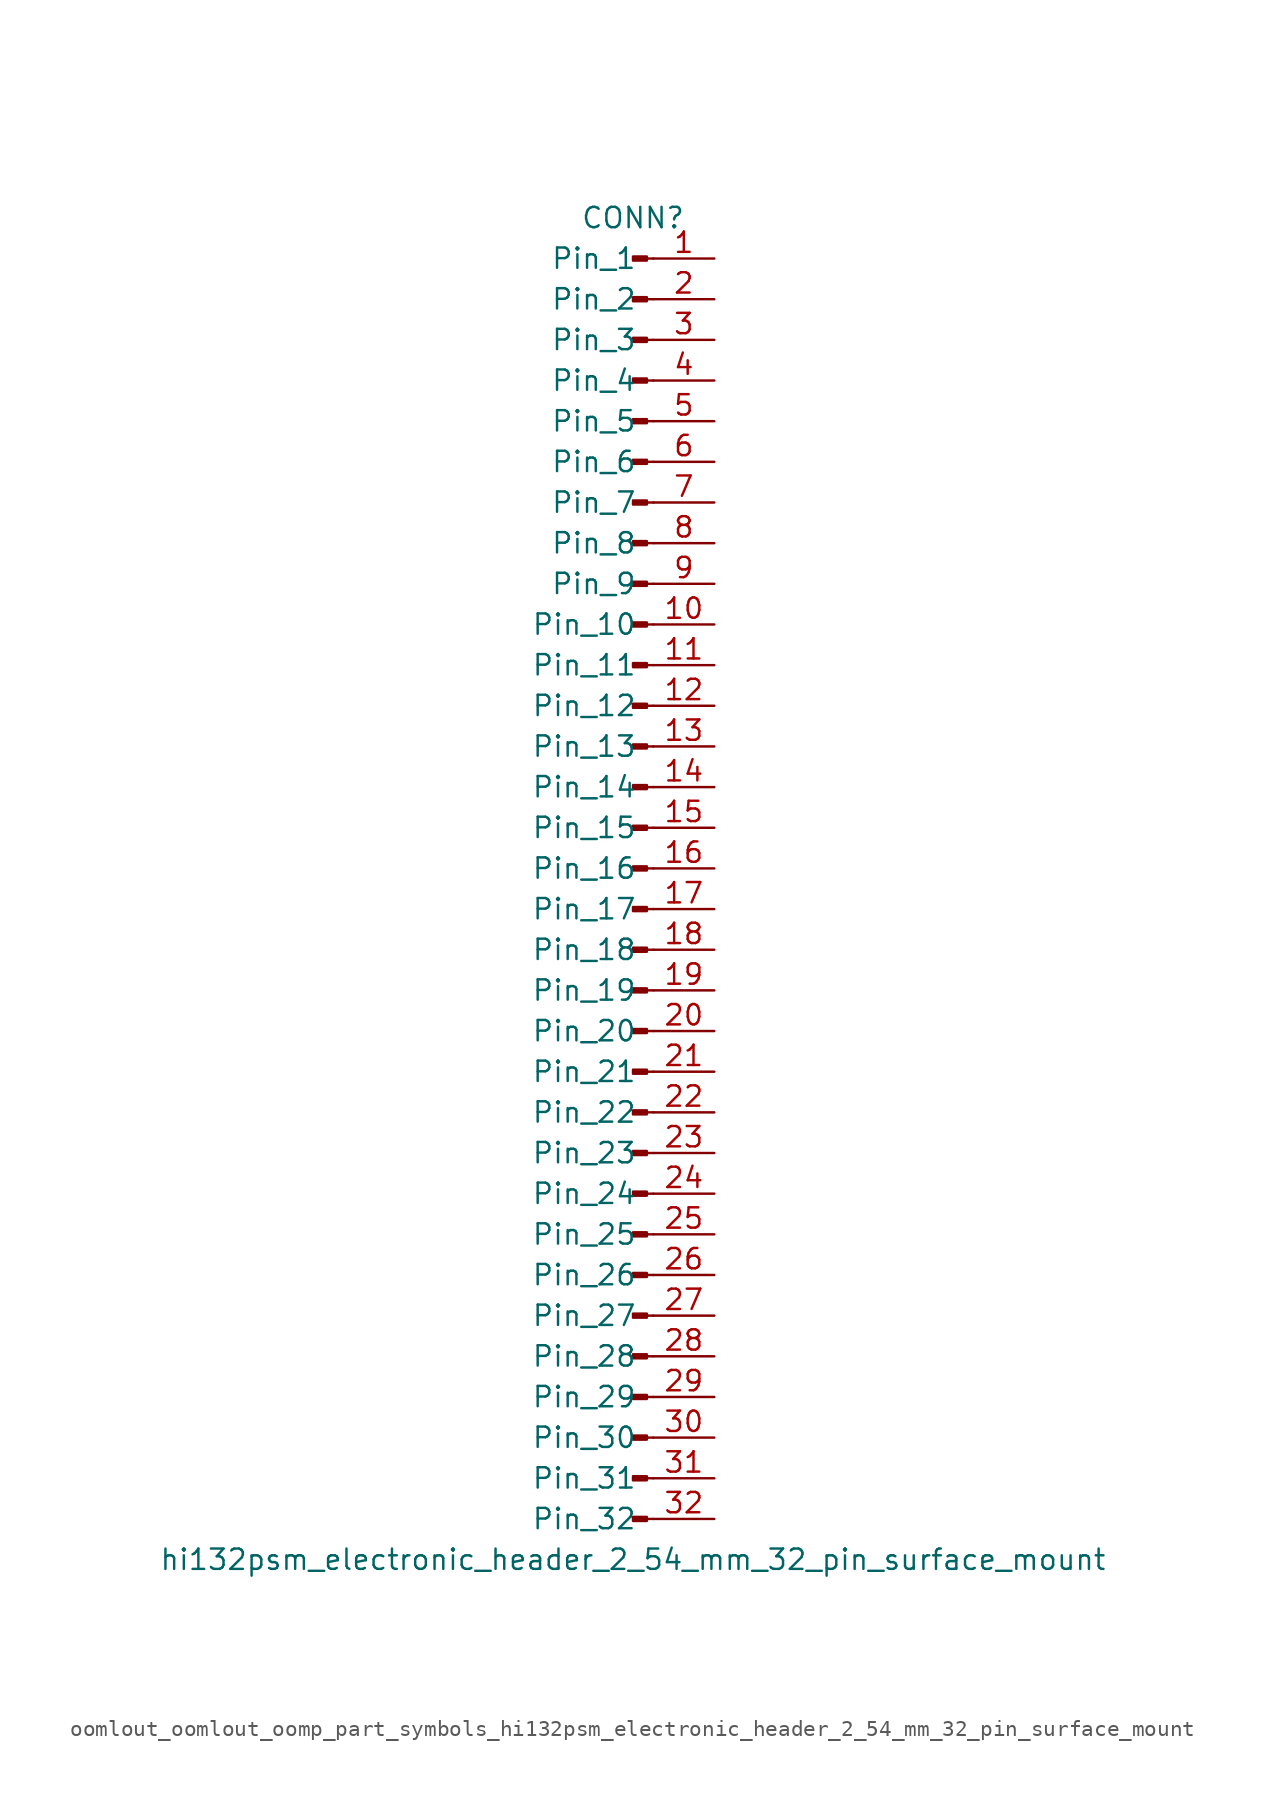
<source format=kicad_sym>
(kicad_symbol_lib
  (version 20220914)
  (generator kicad_symbol_editor)
  (symbol "oomlout_oomlout_oomp_part_symbols_hi132psm_electronic_header_2_54_mm_32_pin_surface_mount"
    (pin_names
      (offset 1.016))
    (property "Reference" "CONN"
      (at 0 40.64 0)
      (effects (font (size 1.27 1.27))))
    (property "Value" "hi132psm_electronic_header_2_54_mm_32_pin_surface_mount"
      (at 0 -43.18 0)
      (effects (font (size 1.27 1.27))))
    (property "ki_locked" ""
      (at 0 0 0)
      (effects (font (size 1.27 1.27))))
    (symbol "oomlout_oomlout_oomp_part_symbols_hi132psm_electronic_header_2_54_mm_32_pin_surface_mount_1_1"
      (polyline (pts (xy 1.27 -40.64) (xy 0.864 -40.64)) (stroke (width 0.152) (type default)) (fill (type none)))
      (polyline (pts (xy 1.27 -38.1) (xy 0.864 -38.1)) (stroke (width 0.152) (type default)) (fill (type none)))
      (polyline (pts (xy 1.27 -35.56) (xy 0.864 -35.56)) (stroke (width 0.152) (type default)) (fill (type none)))
      (polyline (pts (xy 1.27 -33.02) (xy 0.864 -33.02)) (stroke (width 0.152) (type default)) (fill (type none)))
      (polyline (pts (xy 1.27 -30.48) (xy 0.864 -30.48)) (stroke (width 0.152) (type default)) (fill (type none)))
      (polyline (pts (xy 1.27 -27.94) (xy 0.864 -27.94)) (stroke (width 0.152) (type default)) (fill (type none)))
      (polyline (pts (xy 1.27 -25.4) (xy 0.864 -25.4)) (stroke (width 0.152) (type default)) (fill (type none)))
      (polyline (pts (xy 1.27 -22.86) (xy 0.864 -22.86)) (stroke (width 0.152) (type default)) (fill (type none)))
      (polyline (pts (xy 1.27 -20.32) (xy 0.864 -20.32)) (stroke (width 0.152) (type default)) (fill (type none)))
      (polyline (pts (xy 1.27 -17.78) (xy 0.864 -17.78)) (stroke (width 0.152) (type default)) (fill (type none)))
      (polyline (pts (xy 1.27 -15.24) (xy 0.864 -15.24)) (stroke (width 0.152) (type default)) (fill (type none)))
      (polyline (pts (xy 1.27 -12.7) (xy 0.864 -12.7)) (stroke (width 0.152) (type default)) (fill (type none)))
      (polyline (pts (xy 1.27 -10.16) (xy 0.864 -10.16)) (stroke (width 0.152) (type default)) (fill (type none)))
      (polyline (pts (xy 1.27 -7.62) (xy 0.864 -7.62)) (stroke (width 0.152) (type default)) (fill (type none)))
      (polyline (pts (xy 1.27 -5.08) (xy 0.864 -5.08)) (stroke (width 0.152) (type default)) (fill (type none)))
      (polyline (pts (xy 1.27 -2.54) (xy 0.864 -2.54)) (stroke (width 0.152) (type default)) (fill (type none)))
      (polyline (pts (xy 1.27 0) (xy 0.864 0)) (stroke (width 0.152) (type default)) (fill (type none)))
      (polyline (pts (xy 1.27 2.54) (xy 0.864 2.54)) (stroke (width 0.152) (type default)) (fill (type none)))
      (polyline (pts (xy 1.27 5.08) (xy 0.864 5.08)) (stroke (width 0.152) (type default)) (fill (type none)))
      (polyline (pts (xy 1.27 7.62) (xy 0.864 7.62)) (stroke (width 0.152) (type default)) (fill (type none)))
      (polyline (pts (xy 1.27 10.16) (xy 0.864 10.16)) (stroke (width 0.152) (type default)) (fill (type none)))
      (polyline (pts (xy 1.27 12.7) (xy 0.864 12.7)) (stroke (width 0.152) (type default)) (fill (type none)))
      (polyline (pts (xy 1.27 15.24) (xy 0.864 15.24)) (stroke (width 0.152) (type default)) (fill (type none)))
      (polyline (pts (xy 1.27 17.78) (xy 0.864 17.78)) (stroke (width 0.152) (type default)) (fill (type none)))
      (polyline (pts (xy 1.27 20.32) (xy 0.864 20.32)) (stroke (width 0.152) (type default)) (fill (type none)))
      (polyline (pts (xy 1.27 22.86) (xy 0.864 22.86)) (stroke (width 0.152) (type default)) (fill (type none)))
      (polyline (pts (xy 1.27 25.4) (xy 0.864 25.4)) (stroke (width 0.152) (type default)) (fill (type none)))
      (polyline (pts (xy 1.27 27.94) (xy 0.864 27.94)) (stroke (width 0.152) (type default)) (fill (type none)))
      (polyline (pts (xy 1.27 30.48) (xy 0.864 30.48)) (stroke (width 0.152) (type default)) (fill (type none)))
      (polyline (pts (xy 1.27 33.02) (xy 0.864 33.02)) (stroke (width 0.152) (type default)) (fill (type none)))
      (polyline (pts (xy 1.27 35.56) (xy 0.864 35.56)) (stroke (width 0.152) (type default)) (fill (type none)))
      (polyline (pts (xy 1.27 38.1) (xy 0.864 38.1)) (stroke (width 0.152) (type default)) (fill (type none)))
      (rectangle (start 0.864 -40.513) (end 0 -40.767) (stroke (width 0.152) (type default)) (fill (type outline)))
      (rectangle (start 0.864 -37.973) (end 0 -38.227) (stroke (width 0.152) (type default)) (fill (type outline)))
      (rectangle (start 0.864 -35.433) (end 0 -35.687) (stroke (width 0.152) (type default)) (fill (type outline)))
      (rectangle (start 0.864 -32.893) (end 0 -33.147) (stroke (width 0.152) (type default)) (fill (type outline)))
      (rectangle (start 0.864 -30.353) (end 0 -30.607) (stroke (width 0.152) (type default)) (fill (type outline)))
      (rectangle (start 0.864 -27.813) (end 0 -28.067) (stroke (width 0.152) (type default)) (fill (type outline)))
      (rectangle (start 0.864 -25.273) (end 0 -25.527) (stroke (width 0.152) (type default)) (fill (type outline)))
      (rectangle (start 0.864 -22.733) (end 0 -22.987) (stroke (width 0.152) (type default)) (fill (type outline)))
      (rectangle (start 0.864 -20.193) (end 0 -20.447) (stroke (width 0.152) (type default)) (fill (type outline)))
      (rectangle (start 0.864 -17.653) (end 0 -17.907) (stroke (width 0.152) (type default)) (fill (type outline)))
      (rectangle (start 0.864 -15.113) (end 0 -15.367) (stroke (width 0.152) (type default)) (fill (type outline)))
      (rectangle (start 0.864 -12.573) (end 0 -12.827) (stroke (width 0.152) (type default)) (fill (type outline)))
      (rectangle (start 0.864 -10.033) (end 0 -10.287) (stroke (width 0.152) (type default)) (fill (type outline)))
      (rectangle (start 0.864 -7.493) (end 0 -7.747) (stroke (width 0.152) (type default)) (fill (type outline)))
      (rectangle (start 0.864 -4.953) (end 0 -5.207) (stroke (width 0.152) (type default)) (fill (type outline)))
      (rectangle (start 0.864 -2.413) (end 0 -2.667) (stroke (width 0.152) (type default)) (fill (type outline)))
      (rectangle (start 0.864 0.127) (end 0 -0.127) (stroke (width 0.152) (type default)) (fill (type outline)))
      (rectangle (start 0.864 2.667) (end 0 2.413) (stroke (width 0.152) (type default)) (fill (type outline)))
      (rectangle (start 0.864 5.207) (end 0 4.953) (stroke (width 0.152) (type default)) (fill (type outline)))
      (rectangle (start 0.864 7.747) (end 0 7.493) (stroke (width 0.152) (type default)) (fill (type outline)))
      (rectangle (start 0.864 10.287) (end 0 10.033) (stroke (width 0.152) (type default)) (fill (type outline)))
      (rectangle (start 0.864 12.827) (end 0 12.573) (stroke (width 0.152) (type default)) (fill (type outline)))
      (rectangle (start 0.864 15.367) (end 0 15.113) (stroke (width 0.152) (type default)) (fill (type outline)))
      (rectangle (start 0.864 17.907) (end 0 17.653) (stroke (width 0.152) (type default)) (fill (type outline)))
      (rectangle (start 0.864 20.447) (end 0 20.193) (stroke (width 0.152) (type default)) (fill (type outline)))
      (rectangle (start 0.864 22.987) (end 0 22.733) (stroke (width 0.152) (type default)) (fill (type outline)))
      (rectangle (start 0.864 25.527) (end 0 25.273) (stroke (width 0.152) (type default)) (fill (type outline)))
      (rectangle (start 0.864 28.067) (end 0 27.813) (stroke (width 0.152) (type default)) (fill (type outline)))
      (rectangle (start 0.864 30.607) (end 0 30.353) (stroke (width 0.152) (type default)) (fill (type outline)))
      (rectangle (start 0.864 33.147) (end 0 32.893) (stroke (width 0.152) (type default)) (fill (type outline)))
      (rectangle (start 0.864 35.687) (end 0 35.433) (stroke (width 0.152) (type default)) (fill (type outline)))
      (rectangle (start 0.864 38.227) (end 0 37.973) (stroke (width 0.152) (type default)) (fill (type outline)))
      (pin passive line (at 5.08 38.1 180) (length 3.81) (name "Pin_1" (effects (font (size 1.27 1.27)))) (number "1" (effects (font (size 1.27 1.27)))))
      (pin passive line (at 5.08 15.24 180) (length 3.81) (name "Pin_10" (effects (font (size 1.27 1.27)))) (number "10" (effects (font (size 1.27 1.27)))))
      (pin passive line (at 5.08 12.7 180) (length 3.81) (name "Pin_11" (effects (font (size 1.27 1.27)))) (number "11" (effects (font (size 1.27 1.27)))))
      (pin passive line (at 5.08 10.16 180) (length 3.81) (name "Pin_12" (effects (font (size 1.27 1.27)))) (number "12" (effects (font (size 1.27 1.27)))))
      (pin passive line (at 5.08 7.62 180) (length 3.81) (name "Pin_13" (effects (font (size 1.27 1.27)))) (number "13" (effects (font (size 1.27 1.27)))))
      (pin passive line (at 5.08 5.08 180) (length 3.81) (name "Pin_14" (effects (font (size 1.27 1.27)))) (number "14" (effects (font (size 1.27 1.27)))))
      (pin passive line (at 5.08 2.54 180) (length 3.81) (name "Pin_15" (effects (font (size 1.27 1.27)))) (number "15" (effects (font (size 1.27 1.27)))))
      (pin passive line (at 5.08 0 180) (length 3.81) (name "Pin_16" (effects (font (size 1.27 1.27)))) (number "16" (effects (font (size 1.27 1.27)))))
      (pin passive line (at 5.08 -2.54 180) (length 3.81) (name "Pin_17" (effects (font (size 1.27 1.27)))) (number "17" (effects (font (size 1.27 1.27)))))
      (pin passive line (at 5.08 -5.08 180) (length 3.81) (name "Pin_18" (effects (font (size 1.27 1.27)))) (number "18" (effects (font (size 1.27 1.27)))))
      (pin passive line (at 5.08 -7.62 180) (length 3.81) (name "Pin_19" (effects (font (size 1.27 1.27)))) (number "19" (effects (font (size 1.27 1.27)))))
      (pin passive line (at 5.08 35.56 180) (length 3.81) (name "Pin_2" (effects (font (size 1.27 1.27)))) (number "2" (effects (font (size 1.27 1.27)))))
      (pin passive line (at 5.08 -10.16 180) (length 3.81) (name "Pin_20" (effects (font (size 1.27 1.27)))) (number "20" (effects (font (size 1.27 1.27)))))
      (pin passive line (at 5.08 -12.7 180) (length 3.81) (name "Pin_21" (effects (font (size 1.27 1.27)))) (number "21" (effects (font (size 1.27 1.27)))))
      (pin passive line (at 5.08 -15.24 180) (length 3.81) (name "Pin_22" (effects (font (size 1.27 1.27)))) (number "22" (effects (font (size 1.27 1.27)))))
      (pin passive line (at 5.08 -17.78 180) (length 3.81) (name "Pin_23" (effects (font (size 1.27 1.27)))) (number "23" (effects (font (size 1.27 1.27)))))
      (pin passive line (at 5.08 -20.32 180) (length 3.81) (name "Pin_24" (effects (font (size 1.27 1.27)))) (number "24" (effects (font (size 1.27 1.27)))))
      (pin passive line (at 5.08 -22.86 180) (length 3.81) (name "Pin_25" (effects (font (size 1.27 1.27)))) (number "25" (effects (font (size 1.27 1.27)))))
      (pin passive line (at 5.08 -25.4 180) (length 3.81) (name "Pin_26" (effects (font (size 1.27 1.27)))) (number "26" (effects (font (size 1.27 1.27)))))
      (pin passive line (at 5.08 -27.94 180) (length 3.81) (name "Pin_27" (effects (font (size 1.27 1.27)))) (number "27" (effects (font (size 1.27 1.27)))))
      (pin passive line (at 5.08 -30.48 180) (length 3.81) (name "Pin_28" (effects (font (size 1.27 1.27)))) (number "28" (effects (font (size 1.27 1.27)))))
      (pin passive line (at 5.08 -33.02 180) (length 3.81) (name "Pin_29" (effects (font (size 1.27 1.27)))) (number "29" (effects (font (size 1.27 1.27)))))
      (pin passive line (at 5.08 33.02 180) (length 3.81) (name "Pin_3" (effects (font (size 1.27 1.27)))) (number "3" (effects (font (size 1.27 1.27)))))
      (pin passive line (at 5.08 -35.56 180) (length 3.81) (name "Pin_30" (effects (font (size 1.27 1.27)))) (number "30" (effects (font (size 1.27 1.27)))))
      (pin passive line (at 5.08 -38.1 180) (length 3.81) (name "Pin_31" (effects (font (size 1.27 1.27)))) (number "31" (effects (font (size 1.27 1.27)))))
      (pin passive line (at 5.08 -40.64 180) (length 3.81) (name "Pin_32" (effects (font (size 1.27 1.27)))) (number "32" (effects (font (size 1.27 1.27)))))
      (pin passive line (at 5.08 30.48 180) (length 3.81) (name "Pin_4" (effects (font (size 1.27 1.27)))) (number "4" (effects (font (size 1.27 1.27)))))
      (pin passive line (at 5.08 27.94 180) (length 3.81) (name "Pin_5" (effects (font (size 1.27 1.27)))) (number "5" (effects (font (size 1.27 1.27)))))
      (pin passive line (at 5.08 25.4 180) (length 3.81) (name "Pin_6" (effects (font (size 1.27 1.27)))) (number "6" (effects (font (size 1.27 1.27)))))
      (pin passive line (at 5.08 22.86 180) (length 3.81) (name "Pin_7" (effects (font (size 1.27 1.27)))) (number "7" (effects (font (size 1.27 1.27)))))
      (pin passive line (at 5.08 20.32 180) (length 3.81) (name "Pin_8" (effects (font (size 1.27 1.27)))) (number "8" (effects (font (size 1.27 1.27)))))
      (pin passive line (at 5.08 17.78 180) (length 3.81) (name "Pin_9" (effects (font (size 1.27 1.27)))) (number "9" (effects (font (size 1.27 1.27))))))))
</source>
